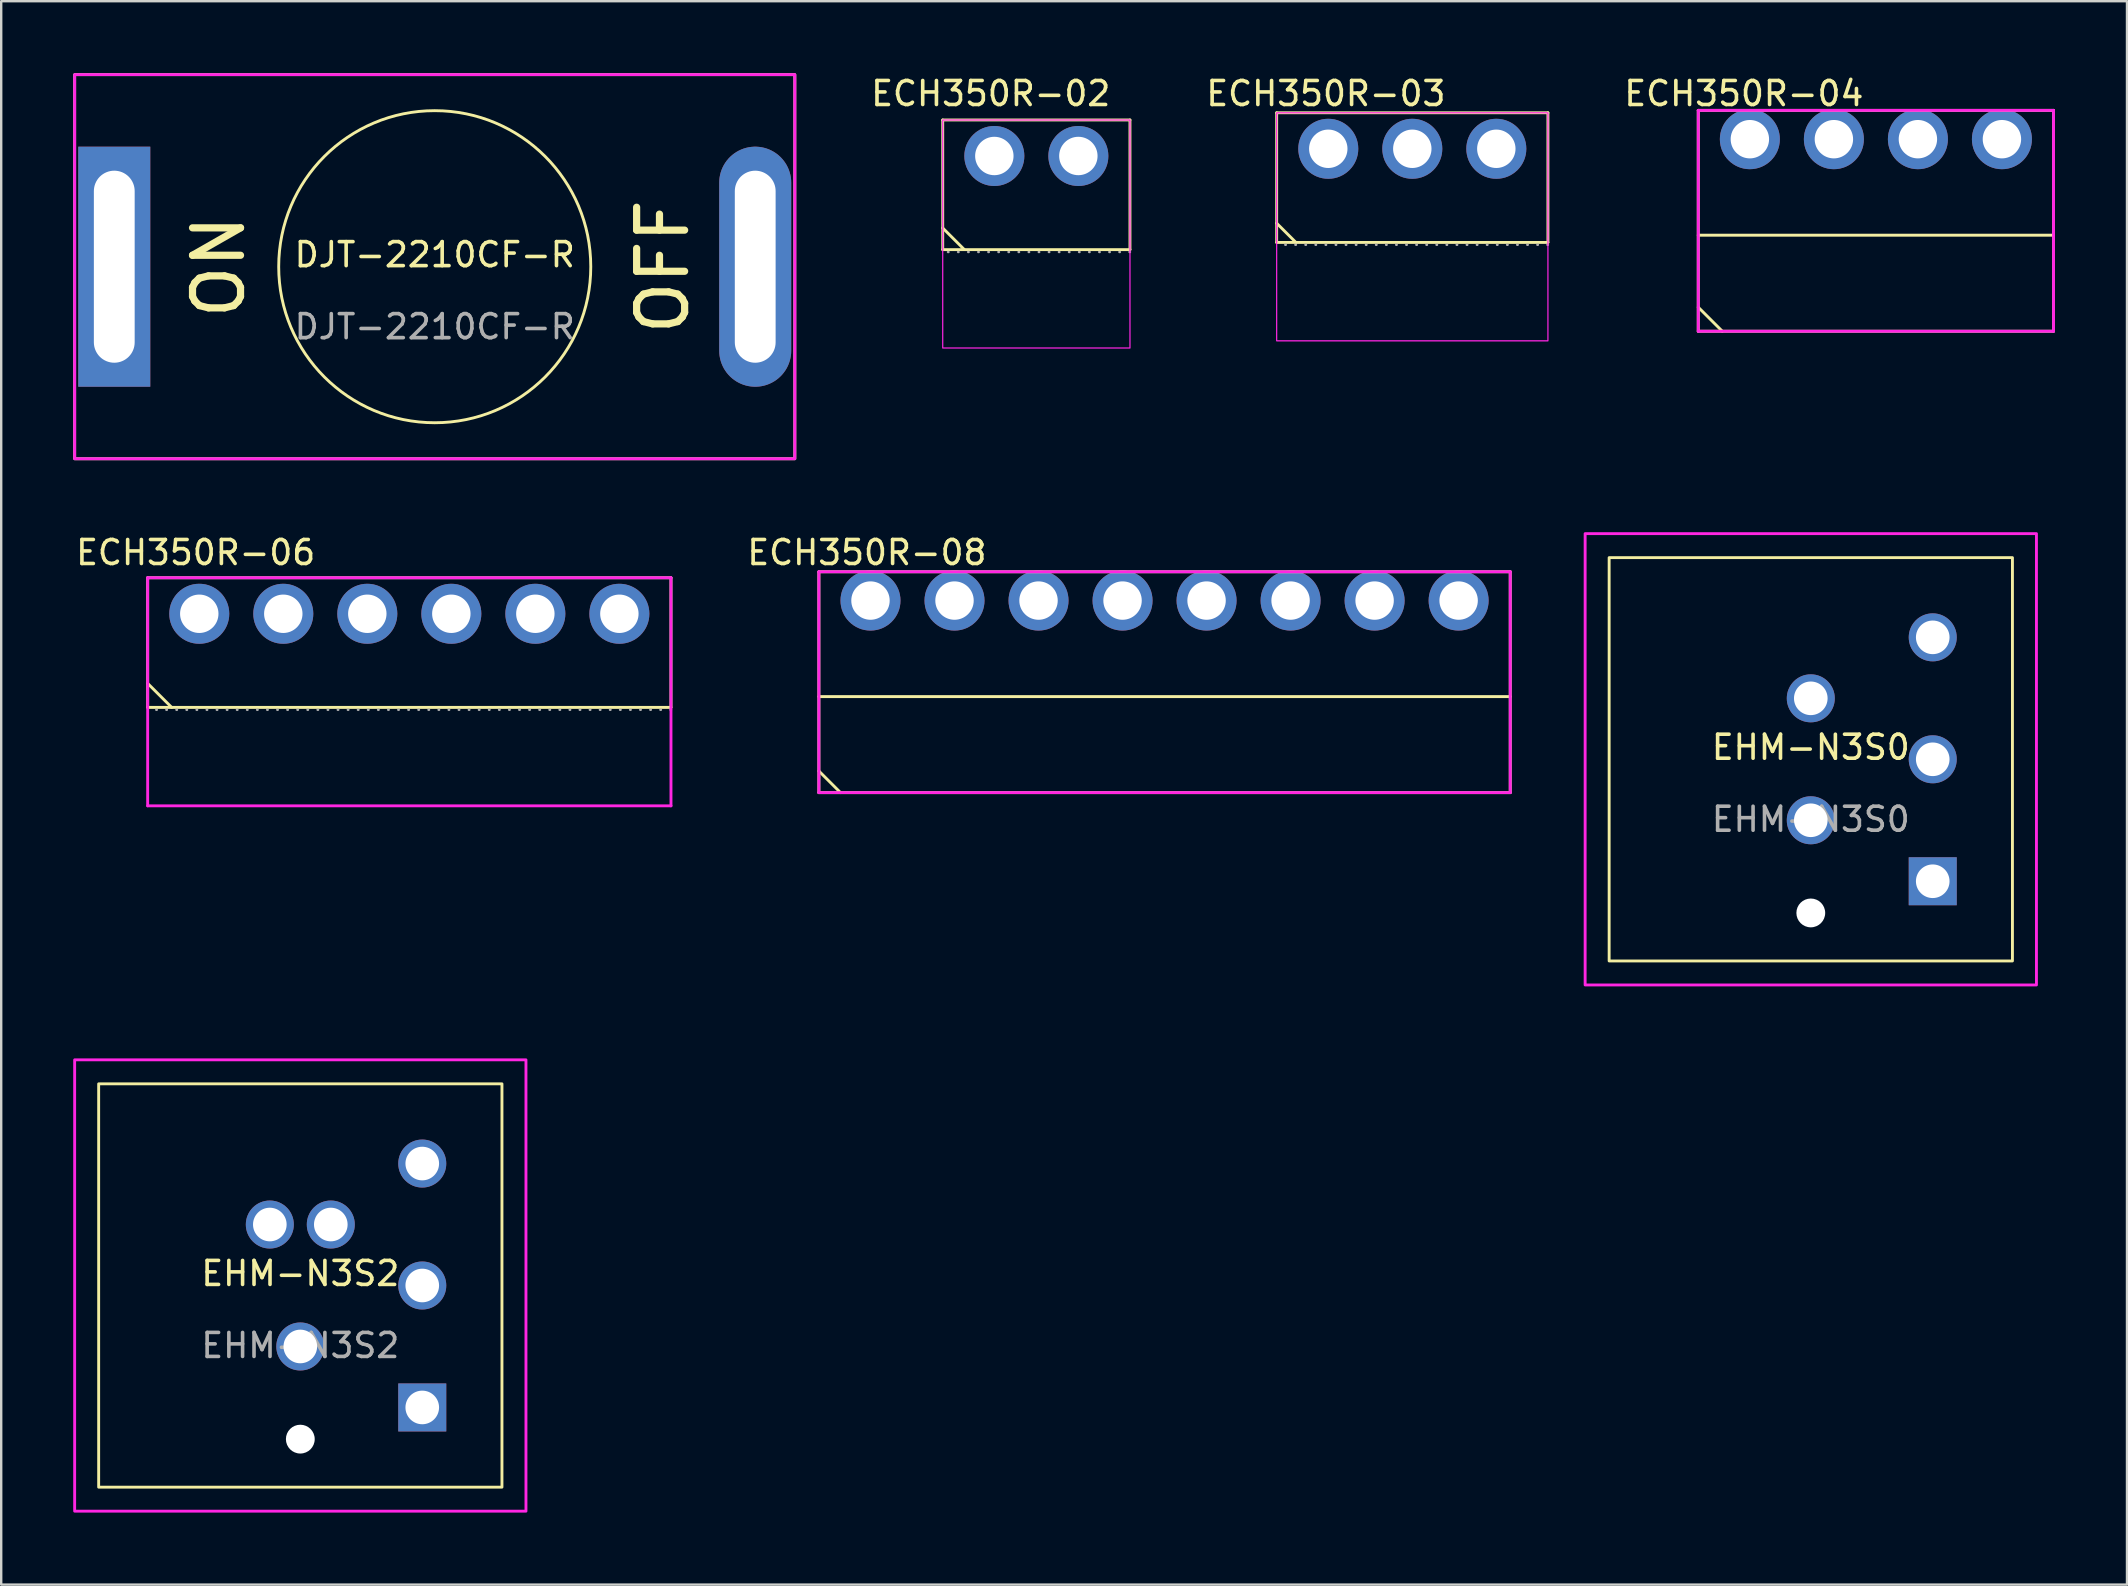
<source format=kicad_pcb>
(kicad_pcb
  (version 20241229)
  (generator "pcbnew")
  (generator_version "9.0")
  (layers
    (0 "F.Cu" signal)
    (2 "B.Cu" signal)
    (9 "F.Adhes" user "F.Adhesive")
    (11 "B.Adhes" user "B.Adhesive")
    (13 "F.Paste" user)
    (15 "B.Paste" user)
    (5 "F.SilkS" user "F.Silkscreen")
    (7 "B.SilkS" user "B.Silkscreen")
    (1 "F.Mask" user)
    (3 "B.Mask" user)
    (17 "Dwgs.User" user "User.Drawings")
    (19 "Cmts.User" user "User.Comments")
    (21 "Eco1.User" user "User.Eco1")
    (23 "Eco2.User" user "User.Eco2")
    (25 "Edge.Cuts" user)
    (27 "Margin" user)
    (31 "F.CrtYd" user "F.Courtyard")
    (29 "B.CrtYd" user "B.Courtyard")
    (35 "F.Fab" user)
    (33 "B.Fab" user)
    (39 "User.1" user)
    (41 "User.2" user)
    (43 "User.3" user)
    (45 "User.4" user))
  (footprint "DJT-2210CF-R"
    (layer "F.Cu")
    (at 15.06 8.06)
    (property "Reference" "DJT-2210CF-R" (at 0 -0.5 0) (unlocked yes) (layer "F.SilkS") (effects (font (size 1 1) (thickness 0.15))))
    (attr through_hole)
    (fp_rect (start -15 -8) (end 15 8) (stroke (width 0.12) (type solid)) (fill no) (layer "F.SilkS"))
    (fp_circle (center 0 0) (end 6.5 0) (stroke (width 0.12) (type solid)) (fill no) (layer "F.SilkS"))
    (fp_rect (start -15 -8) (end 15 8) (stroke (width 0.12) (type solid)) (fill no) (layer "F.CrtYd"))
    (fp_text user "ON" (at -9 0 90) (unlocked yes) (layer "F.SilkS") (effects (font (size 2 2) (thickness 0.3))))
    (fp_text user "OFF" (at 9.5 0 90) (unlocked yes) (layer "F.SilkS") (effects (font (size 2 2) (thickness 0.3))))
    (fp_text user "${REFERENCE}" (at 0 2.5 0) (unlocked yes) (layer "F.Fab") (effects (font (size 1 1) (thickness 0.15))))
    (pad "1" thru_hole rect (at -13.35 0) (size 3 10) (drill oval 1.7 8) (layers "*.Cu" "*.Mask"))
    (pad "2" thru_hole oval (at 13.35 0) (size 3 10) (drill oval 1.7 8) (layers "*.Cu" "*.Mask")))
  (footprint "ECH350R-03"
    (layer "F.Cu")
    (at 55.782 3.148)
    (property "Reference" "ECH350R-03" (at -3.6 -2.3 0) (layer "F.SilkS") (effects (font (size 1 1) (thickness 0.15))))
    (attr through_hole)
    (fp_line (start -5.65 -1.5) (end 5.65 -1.5) (stroke (width 0.12) (type solid)) (layer "F.SilkS"))
    (fp_line (start -5.65 3.9) (end -5.65 -1.5) (stroke (width 0.12) (type solid)) (layer "F.SilkS"))
    (fp_line (start -4.85 3.9) (end -5.65 3.1) (stroke (width 0.12) (type solid)) (layer "F.SilkS"))
    (fp_line (start 5.65 -1.5) (end 5.65 3.9) (stroke (width 0.12) (type solid)) (layer "F.SilkS"))
    (fp_line (start 5.65 3.9) (end -5.65 3.9) (stroke (width 0.12) (type solid)) (layer "F.SilkS"))
    (fp_rect (start -5.65 -1.5) (end 5.65 8) (stroke (width 0.05) (type default)) (fill no) (layer "F.CrtYd"))
    (fp_line (start 5.65 4) (end -5.65 4) (stroke (width 0.1) (type dot)) (layer "F.Fab"))
    (pad "1" thru_hole circle (at -3.5 0) (size 2.5 2.5) (drill 1.6) (layers "*.Cu" "*.Mask"))
    (pad "2" thru_hole circle (at 0 0) (size 2.5 2.5) (drill 1.6) (layers "*.Cu" "*.Mask"))
    (pad "3" thru_hole circle (at 3.5 0) (size 2.5 2.5) (drill 1.6) (layers "*.Cu" "*.Mask")))
  (footprint "ECH350R-06"
    (layer "F.Cu")
    (at 14.001 22.518)
    (property "Reference" "ECH350R-06" (at -8.9 -2.55 0) (layer "F.SilkS") (effects (font (size 1 1) (thickness 0.15))))
    (attr through_hole)
    (fp_line (start -10.9 -1.5) (end 10.9 -1.5) (stroke (width 0.12) (type solid)) (layer "F.SilkS"))
    (fp_line (start -10.9 3.9) (end -10.9 -1.5) (stroke (width 0.12) (type solid)) (layer "F.SilkS"))
    (fp_line (start -9.9 3.9) (end -10.9 2.9) (stroke (width 0.12) (type solid)) (layer "F.SilkS"))
    (fp_line (start 10.9 -1.5) (end 10.9 3.9) (stroke (width 0.12) (type solid)) (layer "F.SilkS"))
    (fp_line (start 10.9 3.9) (end -10.9 3.9) (stroke (width 0.12) (type solid)) (layer "F.SilkS"))
    (fp_line (start -10.9 -1.5) (end -10.9 8) (stroke (width 0.12) (type solid)) (layer "F.CrtYd"))
    (fp_line (start -10.9 8) (end 10.9 8) (stroke (width 0.12) (type solid)) (layer "F.CrtYd"))
    (fp_line (start 10.9 -1.5) (end -10.9 -1.5) (stroke (width 0.12) (type solid)) (layer "F.CrtYd"))
    (fp_line (start 10.9 8) (end 10.9 -1.5) (stroke (width 0.12) (type solid)) (layer "F.CrtYd"))
    (fp_line (start 10.9 4) (end -10.9 4) (stroke (width 0.1) (type dot)) (layer "F.Fab"))
    (pad "1" thru_hole circle (at -8.75 0) (size 2.5 2.5) (drill 1.6) (layers "*.Cu" "*.Mask"))
    (pad "2" thru_hole circle (at -5.25 0) (size 2.5 2.5) (drill 1.6) (layers "*.Cu" "*.Mask"))
    (pad "3" thru_hole circle (at -1.75 0) (size 2.5 2.5) (drill 1.6) (layers "*.Cu" "*.Mask"))
    (pad "4" thru_hole circle (at 1.75 0) (size 2.5 2.5) (drill 1.6) (layers "*.Cu" "*.Mask"))
    (pad "5" thru_hole circle (at 5.25 0) (size 2.5 2.5) (drill 1.6) (layers "*.Cu" "*.Mask"))
    (pad "6" thru_hole circle (at 8.75 0) (size 2.5 2.5) (drill 1.6) (layers "*.Cu" "*.Mask")))
  (footprint "EHM-N3S0"
    (layer "F.Cu")
    (at 72.382 28.58)
    (property "Reference" "EHM-N3S0" (at 0 -0.5 0) (unlocked yes) (layer "F.SilkS") (effects (font (size 1 1) (thickness 0.15))))
    (attr through_hole)
    (fp_rect (start -8.4 -8.4) (end 8.4 8.4) (stroke (width 0.12) (type solid)) (fill no) (layer "F.SilkS"))
    (fp_rect (start -9.4 -9.4) (end 9.4 9.4) (stroke (width 0.12) (type solid)) (fill no) (layer "F.CrtYd"))
    (fp_text user "${REFERENCE}" (at 0 2.5 0) (unlocked yes) (layer "F.Fab") (effects (font (size 1 1) (thickness 0.15))))
    (pad "" np_thru_hole circle (at 0 6.4) (size 1.2 1.2) (drill 1.2) (layers "*.Cu" "*.Mask"))
    (pad "1" thru_hole rect (at 5.08 5.08) (size 2 2) (drill 1.4) (layers "*.Cu" "*.Mask"))
    (pad "2" thru_hole circle (at 5.08 0) (size 2 2) (drill 1.4) (layers "*.Cu" "*.Mask"))
    (pad "3" thru_hole circle (at 5.08 -5.08) (size 2 2) (drill 1.4) (layers "*.Cu" "*.Mask"))
    (pad "4" thru_hole circle (at 0 2.54) (size 2 2) (drill 1.4) (layers "*.Cu" "*.Mask"))
    (pad "5" thru_hole circle (at 0 -2.54) (size 2 2) (drill 1.4) (layers "*.Cu" "*.Mask")))
  (footprint "ECH350R-02"
    (layer "F.Cu")
    (at 40.121 3.448)
    (property "Reference" "ECH350R-02" (at -1.9 -2.6 0) (layer "F.SilkS") (effects (font (size 1 1) (thickness 0.15))))
    (attr through_hole)
    (fp_line (start -3.9 -1.5) (end 3.9 -1.5) (stroke (width 0.12) (type solid)) (layer "F.SilkS"))
    (fp_line (start -3.9 3.9) (end -3.9 -1.5) (stroke (width 0.12) (type solid)) (layer "F.SilkS"))
    (fp_line (start -3 3.9) (end -3.9 3) (stroke (width 0.12) (type solid)) (layer "F.SilkS"))
    (fp_line (start 3.9 -1.5) (end 3.9 3.9) (stroke (width 0.12) (type solid)) (layer "F.SilkS"))
    (fp_line (start 3.9 3.9) (end -3.9 3.9) (stroke (width 0.12) (type solid)) (layer "F.SilkS"))
    (fp_rect (start -3.9 -1.5) (end 3.9 8) (stroke (width 0.05) (type default)) (fill no) (layer "F.CrtYd"))
    (fp_line (start 3.9 4) (end -3.9 4) (stroke (width 0.1) (type dot)) (layer "F.Fab"))
    (pad "1" thru_hole circle (at -1.75 0) (size 2.5 2.5) (drill 1.6) (layers "*.Cu" "*.Mask"))
    (pad "2" thru_hole circle (at 1.75 0) (size 2.5 2.5) (drill 1.6) (layers "*.Cu" "*.Mask")))
  (footprint "ECH350R-04"
    (layer "F.Cu")
    (at 75.094 2.748)
    (property "Reference" "ECH350R-04" (at -5.5 -1.9 0) (layer "F.SilkS") (effects (font (size 1 1) (thickness 0.15))))
    (attr through_hole)
    (fp_line (start -7.4 -1.2) (end 7.4 -1.2) (stroke (width 0.12) (type solid)) (layer "F.SilkS"))
    (fp_line (start -7.4 7) (end -6.4 8) (stroke (width 0.12) (type solid)) (layer "F.SilkS"))
    (fp_line (start -7.4 8) (end -7.4 -1.2) (stroke (width 0.12) (type solid)) (layer "F.SilkS"))
    (fp_line (start 7.4 -1.2) (end 7.4 8) (stroke (width 0.12) (type solid)) (layer "F.SilkS"))
    (fp_line (start 7.4 4) (end -7.4 4) (stroke (width 0.12) (type solid)) (layer "F.SilkS"))
    (fp_line (start 7.4 8) (end -7.4 8) (stroke (width 0.12) (type solid)) (layer "F.SilkS"))
    (fp_line (start -7.4 -1.2) (end -7.4 8) (stroke (width 0.12) (type solid)) (layer "F.CrtYd"))
    (fp_line (start -7.4 8) (end 7.4 8) (stroke (width 0.12) (type solid)) (layer "F.CrtYd"))
    (fp_line (start 7.4 -1.2) (end -7.4 -1.2) (stroke (width 0.12) (type solid)) (layer "F.CrtYd"))
    (fp_line (start 7.4 8) (end 7.4 -1.2) (stroke (width 0.12) (type solid)) (layer "F.CrtYd"))
    (pad "1" thru_hole circle (at -5.25 0) (size 2.5 2.5) (drill 1.6) (layers "*.Cu" "*.Mask"))
    (pad "2" thru_hole circle (at -1.75 0) (size 2.5 2.5) (drill 1.6) (layers "*.Cu" "*.Mask"))
    (pad "3" thru_hole circle (at 1.75 0) (size 2.5 2.5) (drill 1.6) (layers "*.Cu" "*.Mask"))
    (pad "4" thru_hole circle (at 5.25 0) (size 2.5 2.5) (drill 1.6) (layers "*.Cu" "*.Mask")))
  (footprint "ECH350R-08"
    (layer "F.Cu")
    (at 45.462 21.968)
    (property "Reference" "ECH350R-08" (at -12.4 -2 0) (layer "F.SilkS") (effects (font (size 1 1) (thickness 0.15))))
    (attr through_hole)
    (fp_line (start -14.4 -1.2) (end 14.4 -1.2) (stroke (width 0.12) (type solid)) (layer "F.SilkS"))
    (fp_line (start -14.4 8) (end -14.4 -1.2) (stroke (width 0.12) (type solid)) (layer "F.SilkS"))
    (fp_line (start -13.5 8) (end -14.4 7.1) (stroke (width 0.12) (type solid)) (layer "F.SilkS"))
    (fp_line (start 14.4 -1.2) (end 14.4 8) (stroke (width 0.12) (type solid)) (layer "F.SilkS"))
    (fp_line (start 14.4 4) (end -14.4 4) (stroke (width 0.12) (type solid)) (layer "F.SilkS"))
    (fp_line (start 14.4 8) (end -14.4 8) (stroke (width 0.12) (type solid)) (layer "F.SilkS"))
    (fp_line (start -14.4 -1.2) (end -14.4 8) (stroke (width 0.12) (type solid)) (layer "F.CrtYd"))
    (fp_line (start -14.4 8) (end 14.4 8) (stroke (width 0.12) (type solid)) (layer "F.CrtYd"))
    (fp_line (start 14.4 -1.2) (end -14.4 -1.2) (stroke (width 0.12) (type solid)) (layer "F.CrtYd"))
    (fp_line (start 14.4 8) (end 14.4 -1.2) (stroke (width 0.12) (type solid)) (layer "F.CrtYd"))
    (pad "1" thru_hole circle (at -12.25 0) (size 2.5 2.5) (drill 1.6) (layers "*.Cu" "*.Mask"))
    (pad "2" thru_hole circle (at -8.75 0) (size 2.5 2.5) (drill 1.6) (layers "*.Cu" "*.Mask"))
    (pad "3" thru_hole circle (at -5.25 0) (size 2.5 2.5) (drill 1.6) (layers "*.Cu" "*.Mask"))
    (pad "4" thru_hole circle (at -1.75 0) (size 2.5 2.5) (drill 1.6) (layers "*.Cu" "*.Mask"))
    (pad "5" thru_hole circle (at 1.75 0) (size 2.5 2.5) (drill 1.6) (layers "*.Cu" "*.Mask"))
    (pad "6" thru_hole circle (at 5.25 0) (size 2.5 2.5) (drill 1.6) (layers "*.Cu" "*.Mask"))
    (pad "7" thru_hole circle (at 8.75 0) (size 2.5 2.5) (drill 1.6) (layers "*.Cu" "*.Mask"))
    (pad "8" thru_hole circle (at 12.25 0) (size 2.5 2.5) (drill 1.6) (layers "*.Cu" "*.Mask")))
  (footprint "EHM-N3S2"
    (layer "F.Cu")
    (at 9.46 50.5)
    (property "Reference" "EHM-N3S2" (at 0 -0.5 0) (unlocked yes) (layer "F.SilkS") (effects (font (size 1 1) (thickness 0.15))))
    (attr through_hole)
    (fp_rect (start -8.4 -8.4) (end 8.4 8.4) (stroke (width 0.12) (type solid)) (fill no) (layer "F.SilkS"))
    (fp_rect (start -9.4 -9.4) (end 9.4 9.4) (stroke (width 0.12) (type solid)) (fill no) (layer "F.CrtYd"))
    (fp_text user "${REFERENCE}" (at 0 2.5 0) (unlocked yes) (layer "F.Fab") (effects (font (size 1 1) (thickness 0.15))))
    (pad "" np_thru_hole circle (at 0 6.4) (size 1.2 1.2) (drill 1.2) (layers "*.Cu" "*.Mask"))
    (pad "1" thru_hole rect (at 5.08 5.08) (size 2 2) (drill 1.4) (layers "*.Cu" "*.Mask"))
    (pad "2" thru_hole circle (at 5.08 0) (size 2 2) (drill 1.4) (layers "*.Cu" "*.Mask"))
    (pad "3" thru_hole circle (at 5.08 -5.08) (size 2 2) (drill 1.4) (layers "*.Cu" "*.Mask"))
    (pad "4" thru_hole circle (at 0 2.54) (size 2 2) (drill 1.4) (layers "*.Cu" "*.Mask"))
    (pad "5" thru_hole circle (at -1.27 -2.54) (size 2 2) (drill 1.4) (layers "*.Cu" "*.Mask"))
    (pad "6" thru_hole circle (at 1.27 -2.54) (size 2 2) (drill 1.4) (layers "*.Cu" "*.Mask")))
  (gr_rect
    (start -3 -3)
    (end 85.554 62.96)
    (stroke (width 0.1) (type default))
    (fill no)
    (layer "Edge.Cuts")))
</source>
